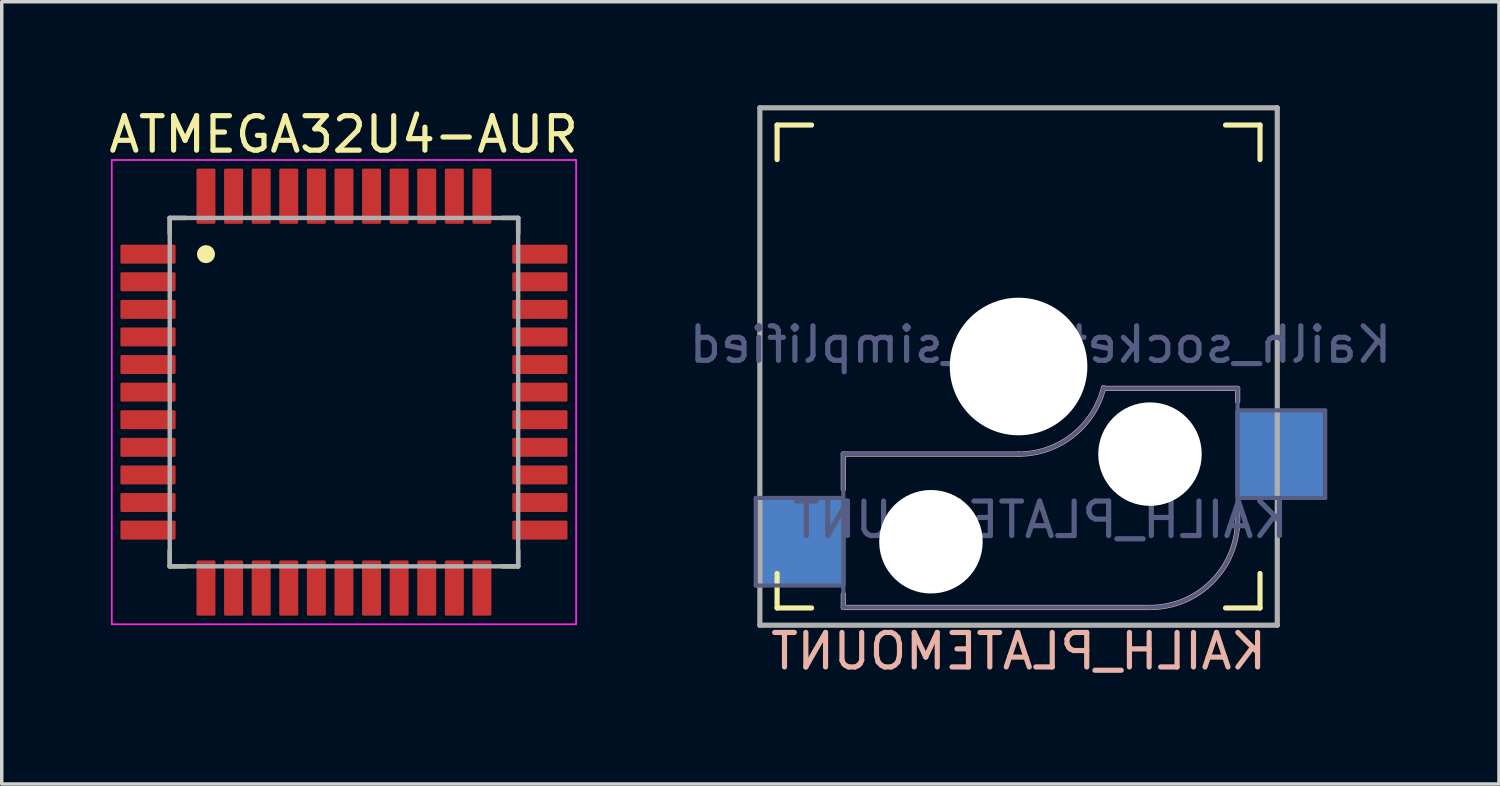
<source format=kicad_pcb>
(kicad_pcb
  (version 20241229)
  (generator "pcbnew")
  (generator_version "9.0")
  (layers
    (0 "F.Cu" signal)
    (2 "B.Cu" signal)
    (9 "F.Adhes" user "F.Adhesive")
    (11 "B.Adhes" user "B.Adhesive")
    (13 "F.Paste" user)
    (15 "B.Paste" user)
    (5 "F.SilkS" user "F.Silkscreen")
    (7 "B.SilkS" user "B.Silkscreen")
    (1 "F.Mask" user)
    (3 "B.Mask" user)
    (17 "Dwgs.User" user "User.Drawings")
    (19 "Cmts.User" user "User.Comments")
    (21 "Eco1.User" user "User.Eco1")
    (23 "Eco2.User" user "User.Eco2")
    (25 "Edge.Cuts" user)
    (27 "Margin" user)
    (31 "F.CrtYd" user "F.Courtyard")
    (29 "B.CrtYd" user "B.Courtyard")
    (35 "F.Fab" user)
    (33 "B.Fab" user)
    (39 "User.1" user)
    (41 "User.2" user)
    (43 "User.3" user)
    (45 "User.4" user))
  (footprint "ATMEGA32U4-AUR"
    (layer "F.Cu")
    (at 6.921 8.318)
    (property "Reference" "ATMEGA32U4-AUR" (at -0.01 -7.47 0) (layer "F.SilkS") (effects (font (size 1 1) (thickness 0.15))))
    (attr smd)
    (fp_line (start -5.05 -5.05) (end -5.05 -4.595) (stroke (width 0.127) (type solid)) (layer "F.SilkS"))
    (fp_line (start -5.05 -5.05) (end -4.595 -5.05) (stroke (width 0.127) (type solid)) (layer "F.SilkS"))
    (fp_line (start -5.05 5.05) (end -5.05 4.595) (stroke (width 0.127) (type solid)) (layer "F.SilkS"))
    (fp_line (start -5.05 5.05) (end -4.595 5.05) (stroke (width 0.127) (type solid)) (layer "F.SilkS"))
    (fp_line (start 5.05 -5.05) (end 4.595 -5.05) (stroke (width 0.127) (type solid)) (layer "F.SilkS"))
    (fp_line (start 5.05 -5.05) (end 5.05 -4.595) (stroke (width 0.127) (type solid)) (layer "F.SilkS"))
    (fp_line (start 5.05 5.05) (end 4.595 5.05) (stroke (width 0.127) (type solid)) (layer "F.SilkS"))
    (fp_line (start 5.05 5.05) (end 5.05 4.595) (stroke (width 0.127) (type solid)) (layer "F.SilkS"))
    (fp_circle (center -4 -4) (end -3.84 -4) (stroke (width 0.2) (type solid)) (fill yes) (layer "F.SilkS"))
    (fp_line (start -6.73 -6.73) (end 6.73 -6.73) (stroke (width 0.05) (type solid)) (layer "F.CrtYd"))
    (fp_line (start -6.73 6.73) (end -6.73 -6.73) (stroke (width 0.05) (type solid)) (layer "F.CrtYd"))
    (fp_line (start -6.73 6.73) (end 6.73 6.73) (stroke (width 0.05) (type solid)) (layer "F.CrtYd"))
    (fp_line (start 6.73 6.73) (end 6.73 -6.73) (stroke (width 0.05) (type solid)) (layer "F.CrtYd"))
    (fp_line (start -5.05 5.05) (end -5.05 -5.05) (stroke (width 0.127) (type solid)) (layer "F.Fab"))
    (fp_line (start 5.05 -5.05) (end -5.05 -5.05) (stroke (width 0.127) (type solid)) (layer "F.Fab"))
    (fp_line (start 5.05 5.05) (end -5.05 5.05) (stroke (width 0.127) (type solid)) (layer "F.Fab"))
    (fp_line (start 5.05 5.05) (end 5.05 -5.05) (stroke (width 0.127) (type solid)) (layer "F.Fab"))
    (pad "1" smd roundrect (at -5.68 -4) (size 1.6 0.55) (layers "F.Cu" "F.Mask" "F.Paste") (roundrect_rratio 0.07))
    (pad "2" smd roundrect (at -5.68 -3.2) (size 1.6 0.55) (layers "F.Cu" "F.Mask" "F.Paste") (roundrect_rratio 0.07))
    (pad "3" smd roundrect (at -5.68 -2.4) (size 1.6 0.55) (layers "F.Cu" "F.Mask" "F.Paste") (roundrect_rratio 0.07))
    (pad "4" smd roundrect (at -5.68 -1.6) (size 1.6 0.55) (layers "F.Cu" "F.Mask" "F.Paste") (roundrect_rratio 0.07))
    (pad "5" smd roundrect (at -5.68 -0.8) (size 1.6 0.55) (layers "F.Cu" "F.Mask" "F.Paste") (roundrect_rratio 0.07))
    (pad "6" smd roundrect (at -5.68 0) (size 1.6 0.55) (layers "F.Cu" "F.Mask" "F.Paste") (roundrect_rratio 0.07))
    (pad "7" smd roundrect (at -5.68 0.8) (size 1.6 0.55) (layers "F.Cu" "F.Mask" "F.Paste") (roundrect_rratio 0.07))
    (pad "8" smd roundrect (at -5.68 1.6) (size 1.6 0.55) (layers "F.Cu" "F.Mask" "F.Paste") (roundrect_rratio 0.07))
    (pad "9" smd roundrect (at -5.68 2.4) (size 1.6 0.55) (layers "F.Cu" "F.Mask" "F.Paste") (roundrect_rratio 0.07))
    (pad "10" smd roundrect (at -5.68 3.2) (size 1.6 0.55) (layers "F.Cu" "F.Mask" "F.Paste") (roundrect_rratio 0.07))
    (pad "11" smd roundrect (at -5.68 4) (size 1.6 0.55) (layers "F.Cu" "F.Mask" "F.Paste") (roundrect_rratio 0.07))
    (pad "12" smd roundrect (at -4 5.68 90) (size 1.6 0.55) (layers "F.Cu" "F.Mask" "F.Paste") (roundrect_rratio 0.07))
    (pad "13" smd roundrect (at -3.2 5.68 90) (size 1.6 0.55) (layers "F.Cu" "F.Mask" "F.Paste") (roundrect_rratio 0.07))
    (pad "14" smd roundrect (at -2.4 5.68 90) (size 1.6 0.55) (layers "F.Cu" "F.Mask" "F.Paste") (roundrect_rratio 0.07))
    (pad "15" smd roundrect (at -1.6 5.68 90) (size 1.6 0.55) (layers "F.Cu" "F.Mask" "F.Paste") (roundrect_rratio 0.07))
    (pad "16" smd roundrect (at -0.8 5.68 90) (size 1.6 0.55) (layers "F.Cu" "F.Mask" "F.Paste") (roundrect_rratio 0.07))
    (pad "17" smd roundrect (at 0 5.68 90) (size 1.6 0.55) (layers "F.Cu" "F.Mask" "F.Paste") (roundrect_rratio 0.07))
    (pad "18" smd roundrect (at 0.8 5.68 90) (size 1.6 0.55) (layers "F.Cu" "F.Mask" "F.Paste") (roundrect_rratio 0.07))
    (pad "19" smd roundrect (at 1.6 5.68 90) (size 1.6 0.55) (layers "F.Cu" "F.Mask" "F.Paste") (roundrect_rratio 0.07))
    (pad "20" smd roundrect (at 2.4 5.68 90) (size 1.6 0.55) (layers "F.Cu" "F.Mask" "F.Paste") (roundrect_rratio 0.07))
    (pad "21" smd roundrect (at 3.2 5.68 90) (size 1.6 0.55) (layers "F.Cu" "F.Mask" "F.Paste") (roundrect_rratio 0.07))
    (pad "22" smd roundrect (at 4 5.68 90) (size 1.6 0.55) (layers "F.Cu" "F.Mask" "F.Paste") (roundrect_rratio 0.07))
    (pad "23" smd roundrect (at 5.68 4) (size 1.6 0.55) (layers "F.Cu" "F.Mask" "F.Paste") (roundrect_rratio 0.07))
    (pad "24" smd roundrect (at 5.68 3.2) (size 1.6 0.55) (layers "F.Cu" "F.Mask" "F.Paste") (roundrect_rratio 0.07))
    (pad "25" smd roundrect (at 5.68 2.4) (size 1.6 0.55) (layers "F.Cu" "F.Mask" "F.Paste") (roundrect_rratio 0.07))
    (pad "26" smd roundrect (at 5.68 1.6) (size 1.6 0.55) (layers "F.Cu" "F.Mask" "F.Paste") (roundrect_rratio 0.07))
    (pad "27" smd roundrect (at 5.68 0.8) (size 1.6 0.55) (layers "F.Cu" "F.Mask" "F.Paste") (roundrect_rratio 0.07))
    (pad "28" smd roundrect (at 5.68 0) (size 1.6 0.55) (layers "F.Cu" "F.Mask" "F.Paste") (roundrect_rratio 0.07))
    (pad "29" smd roundrect (at 5.68 -0.8) (size 1.6 0.55) (layers "F.Cu" "F.Mask" "F.Paste") (roundrect_rratio 0.07))
    (pad "30" smd roundrect (at 5.68 -1.6) (size 1.6 0.55) (layers "F.Cu" "F.Mask" "F.Paste") (roundrect_rratio 0.07))
    (pad "31" smd roundrect (at 5.68 -2.4) (size 1.6 0.55) (layers "F.Cu" "F.Mask" "F.Paste") (roundrect_rratio 0.07))
    (pad "32" smd roundrect (at 5.68 -3.2) (size 1.6 0.55) (layers "F.Cu" "F.Mask" "F.Paste") (roundrect_rratio 0.07))
    (pad "33" smd roundrect (at 5.68 -4) (size 1.6 0.55) (layers "F.Cu" "F.Mask" "F.Paste") (roundrect_rratio 0.07))
    (pad "34" smd roundrect (at 4 -5.68 90) (size 1.6 0.55) (layers "F.Cu" "F.Mask" "F.Paste") (roundrect_rratio 0.07))
    (pad "35" smd roundrect (at 3.2 -5.68 90) (size 1.6 0.55) (layers "F.Cu" "F.Mask" "F.Paste") (roundrect_rratio 0.07))
    (pad "36" smd roundrect (at 2.4 -5.68 90) (size 1.6 0.55) (layers "F.Cu" "F.Mask" "F.Paste") (roundrect_rratio 0.07))
    (pad "37" smd roundrect (at 1.6 -5.68 90) (size 1.6 0.55) (layers "F.Cu" "F.Mask" "F.Paste") (roundrect_rratio 0.07))
    (pad "38" smd roundrect (at 0.8 -5.68 90) (size 1.6 0.55) (layers "F.Cu" "F.Mask" "F.Paste") (roundrect_rratio 0.07))
    (pad "39" smd roundrect (at 0 -5.68 90) (size 1.6 0.55) (layers "F.Cu" "F.Mask" "F.Paste") (roundrect_rratio 0.07))
    (pad "40" smd roundrect (at -0.8 -5.68 90) (size 1.6 0.55) (layers "F.Cu" "F.Mask" "F.Paste") (roundrect_rratio 0.07))
    (pad "41" smd roundrect (at -1.6 -5.68 90) (size 1.6 0.55) (layers "F.Cu" "F.Mask" "F.Paste") (roundrect_rratio 0.07))
    (pad "42" smd roundrect (at -2.4 -5.68 90) (size 1.6 0.55) (layers "F.Cu" "F.Mask" "F.Paste") (roundrect_rratio 0.07))
    (pad "43" smd roundrect (at -3.2 -5.68 90) (size 1.6 0.55) (layers "F.Cu" "F.Mask" "F.Paste") (roundrect_rratio 0.07))
    (pad "44" smd roundrect (at -4 -5.68 90) (size 1.6 0.55) (layers "F.Cu" "F.Mask" "F.Paste") (roundrect_rratio 0.07)))
  (footprint "KAILH_PLATEMOUNT"
    (layer "F.Cu")
    (at 26.478 7.575)
    (property "Reference" "KAILH_PLATEMOUNT" (at 0 8.255 180) (layer "B.SilkS") (effects (font (size 1 1) (thickness 0.15)) (justify mirror)))
    (property "Value" "Kailh_socket_MX_simplified" (at 0 -8.255 180) (layer "F.Fab") (hide yes) (effects (font (size 1 1) (thickness 0.15))))
    (attr smd)
    (fp_line (start -7 -6) (end -7 -7) (stroke (width 0.15) (type solid)) (layer "F.SilkS"))
    (fp_line (start -7 7) (end -7 6) (stroke (width 0.15) (type solid)) (layer "F.SilkS"))
    (fp_line (start -7 7) (end -6 7) (stroke (width 0.15) (type solid)) (layer "F.SilkS"))
    (fp_line (start -6 -7) (end -7 -7) (stroke (width 0.15) (type solid)) (layer "F.SilkS"))
    (fp_line (start 6 7) (end 7 7) (stroke (width 0.15) (type solid)) (layer "F.SilkS"))
    (fp_line (start 7 -7) (end 6 -7) (stroke (width 0.15) (type solid)) (layer "F.SilkS"))
    (fp_line (start 7 -7) (end 7 -6) (stroke (width 0.15) (type solid)) (layer "F.SilkS"))
    (fp_line (start 7 6) (end 7 7) (stroke (width 0.15) (type solid)) (layer "F.SilkS"))
    (fp_line (start -5.08 2.54) (end 0 2.54) (stroke (width 0.15) (type solid)) (layer "B.SilkS"))
    (fp_line (start -5.08 3.556) (end -5.08 2.54) (stroke (width 0.15) (type solid)) (layer "B.SilkS"))
    (fp_line (start -5.08 6.985) (end -5.08 6.604) (stroke (width 0.15) (type solid)) (layer "B.SilkS"))
    (fp_line (start 2.464 0.635) (end 5.969 0.635) (stroke (width 0.15) (type solid)) (layer "B.SilkS"))
    (fp_line (start 3.81 6.985) (end -5.08 6.985) (stroke (width 0.15) (type solid)) (layer "B.SilkS"))
    (fp_line (start 5.969 0.635) (end 6.35 0.635) (stroke (width 0.15) (type solid)) (layer "B.SilkS"))
    (fp_line (start 6.35 1.016) (end 6.35 0.635) (stroke (width 0.15) (type solid)) (layer "B.SilkS"))
    (fp_line (start 6.35 4.445) (end 6.35 4.064) (stroke (width 0.15) (type solid)) (layer "B.SilkS"))
    (fp_arc (start 2.464162 0.616038) (mid 1.563147 2.00204) (end 0 2.539998) (stroke (width 0.15) (type solid)) (layer "B.SilkS"))
    (fp_arc (start 6.35 4.444998) (mid 5.606051 6.241049) (end 3.81 6.984998) (stroke (width 0.15) (type solid)) (layer "B.SilkS"))
    (fp_line (start -6.9 6.9) (end -6.9 -6.9) (stroke (width 0.15) (type solid)) (layer "Eco2.User"))
    (fp_line (start -6.9 6.9) (end 6.9 6.9) (stroke (width 0.15) (type solid)) (layer "Eco2.User"))
    (fp_line (start 6.9 -6.9) (end -6.9 -6.9) (stroke (width 0.15) (type solid)) (layer "Eco2.User"))
    (fp_line (start 6.9 -6.9) (end 6.9 6.9) (stroke (width 0.15) (type solid)) (layer "Eco2.User"))
    (fp_line (start -7.62 3.81) (end -5.08 3.81) (stroke (width 0.12) (type solid)) (layer "B.Fab"))
    (fp_line (start -7.62 6.35) (end -7.62 3.81) (stroke (width 0.12) (type solid)) (layer "B.Fab"))
    (fp_line (start -5.08 2.54) (end 0 2.54) (stroke (width 0.12) (type solid)) (layer "B.Fab"))
    (fp_line (start -5.08 6.35) (end -7.62 6.35) (stroke (width 0.12) (type solid)) (layer "B.Fab"))
    (fp_line (start -5.08 6.985) (end -5.08 2.54) (stroke (width 0.12) (type solid)) (layer "B.Fab"))
    (fp_line (start 3.81 6.985) (end -5.08 6.985) (stroke (width 0.12) (type solid)) (layer "B.Fab"))
    (fp_line (start 6.35 0.635) (end 2.54 0.635) (stroke (width 0.12) (type solid)) (layer "B.Fab"))
    (fp_line (start 6.35 0.635) (end 6.35 4.445) (stroke (width 0.12) (type solid)) (layer "B.Fab"))
    (fp_line (start 6.35 1.27) (end 8.89 1.27) (stroke (width 0.12) (type solid)) (layer "B.Fab"))
    (fp_line (start 8.89 1.27) (end 8.89 3.81) (stroke (width 0.12) (type solid)) (layer "B.Fab"))
    (fp_line (start 8.89 3.81) (end 6.35 3.81) (stroke (width 0.12) (type solid)) (layer "B.Fab"))
    (fp_arc (start 2.464162 0.616038) (mid 1.563147 2.00204) (end 0 2.539998) (stroke (width 0.12) (type solid)) (layer "B.Fab"))
    (fp_arc (start 6.35 4.444998) (mid 5.606051 6.241049) (end 3.81 6.984998) (stroke (width 0.12) (type solid)) (layer "B.Fab"))
    (fp_line (start -7.5 -7.5) (end 7.5 -7.5) (stroke (width 0.15) (type solid)) (layer "F.Fab"))
    (fp_line (start -7.5 7.5) (end -7.5 -7.5) (stroke (width 0.15) (type solid)) (layer "F.Fab"))
    (fp_line (start 7.5 -7.5) (end 7.5 7.5) (stroke (width 0.15) (type solid)) (layer "F.Fab"))
    (fp_line (start 7.5 7.5) (end -7.5 7.5) (stroke (width 0.15) (type solid)) (layer "F.Fab"))
    (fp_text user "${REFERENCE}" (at 0.635 4.445 180) (layer "B.Fab") (effects (font (size 1 1) (thickness 0.15)) (justify mirror)))
    (fp_text user "${VALUE}" (at 0.635 -0.635 180) (layer "B.Fab") (effects (font (size 1 1) (thickness 0.15)) (justify mirror)))
    (pad "" np_thru_hole circle (at -2.54 5.08 180) (size 3 3) (drill 3) (layers "*.Cu" "*.Mask"))
    (pad "" np_thru_hole circle (at 0 -0.000002 180) (size 3.988 3.988) (drill 3.988) (layers "*.Cu" "*.Mask"))
    (pad "" np_thru_hole circle (at 3.81 2.54 180) (size 3 3) (drill 3) (layers "*.Cu" "*.Mask"))
    (pad "1" smd rect (at 7.56 2.54 180) (size 2.55 2.5) (layers "B.Cu" "B.Mask" "B.Paste"))
    (pad "2" smd rect (at -6.29 5.08 180) (size 2.55 2.5) (layers "B.Cu" "B.Mask" "B.Paste")))
  (gr_rect
    (start -3 -3)
    (end 40.405 19.678)
    (stroke (width 0.1) (type default))
    (fill no)
    (layer "Edge.Cuts")))
</source>
